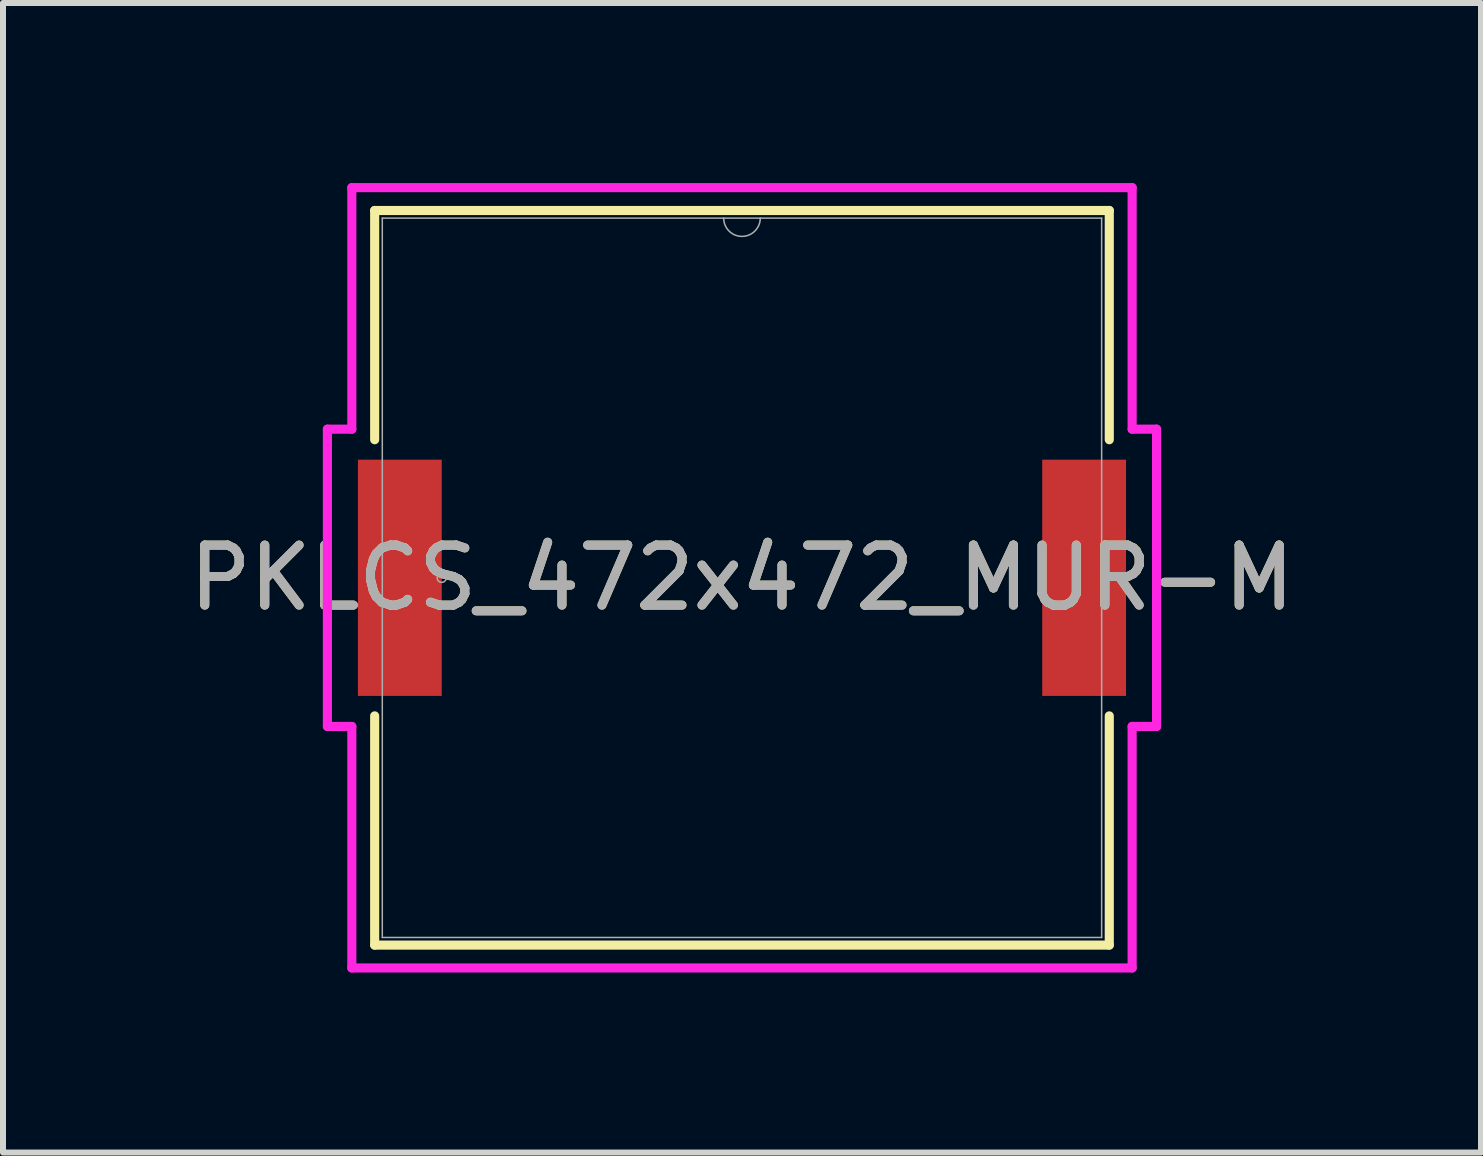
<source format=kicad_pcb>
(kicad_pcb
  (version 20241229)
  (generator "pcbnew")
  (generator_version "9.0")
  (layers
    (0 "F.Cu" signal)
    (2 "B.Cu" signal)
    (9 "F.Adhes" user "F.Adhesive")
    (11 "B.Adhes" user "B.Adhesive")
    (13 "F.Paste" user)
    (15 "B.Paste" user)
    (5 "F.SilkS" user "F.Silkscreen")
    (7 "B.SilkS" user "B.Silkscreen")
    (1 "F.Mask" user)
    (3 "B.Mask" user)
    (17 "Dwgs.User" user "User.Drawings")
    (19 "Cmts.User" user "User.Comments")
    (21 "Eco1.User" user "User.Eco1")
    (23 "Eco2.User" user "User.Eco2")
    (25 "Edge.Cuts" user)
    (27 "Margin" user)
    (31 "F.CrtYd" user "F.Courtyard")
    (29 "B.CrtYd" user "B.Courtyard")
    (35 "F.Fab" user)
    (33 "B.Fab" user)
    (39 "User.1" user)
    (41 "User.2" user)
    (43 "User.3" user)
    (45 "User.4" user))
  (footprint "PKLCS_472x472_MUR-M"
    (layer "F.Cu")
    (at 9.315 6.579)
    (property "Reference" "PKLCS_472x472_MUR-M" (at 0 0 0) (unlocked yes) (layer "F.SilkS") (effects (font (size 1 1) (thickness 0.15))))
    (attr smd)
    (fp_line (start -6.121 -6.121) (end -6.121 -2.301) (stroke (width 0.152) (type solid)) (layer "F.SilkS"))
    (fp_line (start -6.121 2.301) (end -6.121 6.121) (stroke (width 0.152) (type solid)) (layer "F.SilkS"))
    (fp_line (start -6.121 6.121) (end 6.121 6.121) (stroke (width 0.152) (type solid)) (layer "F.SilkS"))
    (fp_line (start 6.121 -6.121) (end -6.121 -6.121) (stroke (width 0.152) (type solid)) (layer "F.SilkS"))
    (fp_line (start 6.121 -2.301) (end 6.121 -6.121) (stroke (width 0.152) (type solid)) (layer "F.SilkS"))
    (fp_line (start 6.121 6.121) (end 6.121 2.301) (stroke (width 0.152) (type solid)) (layer "F.SilkS"))
    (fp_line (start -6.909 -2.477) (end -6.502 -2.477) (stroke (width 0.152) (type solid)) (layer "F.CrtYd"))
    (fp_line (start -6.909 2.477) (end -6.909 -2.477) (stroke (width 0.152) (type solid)) (layer "F.CrtYd"))
    (fp_line (start -6.909 2.477) (end -6.502 2.477) (stroke (width 0.152) (type solid)) (layer "F.CrtYd"))
    (fp_line (start -6.502 -6.502) (end 6.502 -6.502) (stroke (width 0.152) (type solid)) (layer "F.CrtYd"))
    (fp_line (start -6.502 -2.477) (end -6.502 -6.502) (stroke (width 0.152) (type solid)) (layer "F.CrtYd"))
    (fp_line (start -6.502 6.502) (end -6.502 2.477) (stroke (width 0.152) (type solid)) (layer "F.CrtYd"))
    (fp_line (start 6.502 -6.502) (end 6.502 -2.477) (stroke (width 0.152) (type solid)) (layer "F.CrtYd"))
    (fp_line (start 6.502 2.477) (end 6.502 6.502) (stroke (width 0.152) (type solid)) (layer "F.CrtYd"))
    (fp_line (start 6.502 6.502) (end -6.502 6.502) (stroke (width 0.152) (type solid)) (layer "F.CrtYd"))
    (fp_line (start 6.909 -2.477) (end 6.502 -2.477) (stroke (width 0.152) (type solid)) (layer "F.CrtYd"))
    (fp_line (start 6.909 -2.477) (end 6.909 2.477) (stroke (width 0.152) (type solid)) (layer "F.CrtYd"))
    (fp_line (start 6.909 2.477) (end 6.502 2.477) (stroke (width 0.152) (type solid)) (layer "F.CrtYd"))
    (fp_line (start -5.994 -5.994) (end -5.994 5.994) (stroke (width 0.025) (type solid)) (layer "F.Fab"))
    (fp_line (start -5.994 5.994) (end 5.994 5.994) (stroke (width 0.025) (type solid)) (layer "F.Fab"))
    (fp_line (start 5.994 -5.994) (end -5.994 -5.994) (stroke (width 0.025) (type solid)) (layer "F.Fab"))
    (fp_line (start 5.994 5.994) (end 5.994 -5.994) (stroke (width 0.025) (type solid)) (layer "F.Fab"))
    (fp_arc (start 0.3048 -5.9944) (mid 0 -5.6896) (end -0.3048 -5.9944) (stroke (width 0.0254) (type solid)) (layer "F.Fab"))
    (fp_circle (center -5.004 0) (end -4.928 0) (stroke (width 0.025) (type solid)) (fill no) (layer "F.Fab"))
    (fp_text user "${REFERENCE}" (at 0 0 0) (unlocked yes) (layer "F.Fab") (effects (font (size 1 1) (thickness 0.15))))
    (pad "1" smd rect (at -5.702 0) (size 1.397 3.937) (layers "F.Cu" "F.Mask" "F.Paste"))
    (pad "2" smd rect (at 5.702 0) (size 1.397 3.937) (layers "F.Cu" "F.Mask" "F.Paste")))
  (gr_rect
    (start -3 -3)
    (end 21.631 16.157)
    (stroke (width 0.1) (type default))
    (fill no)
    (layer "Edge.Cuts")))
</source>
